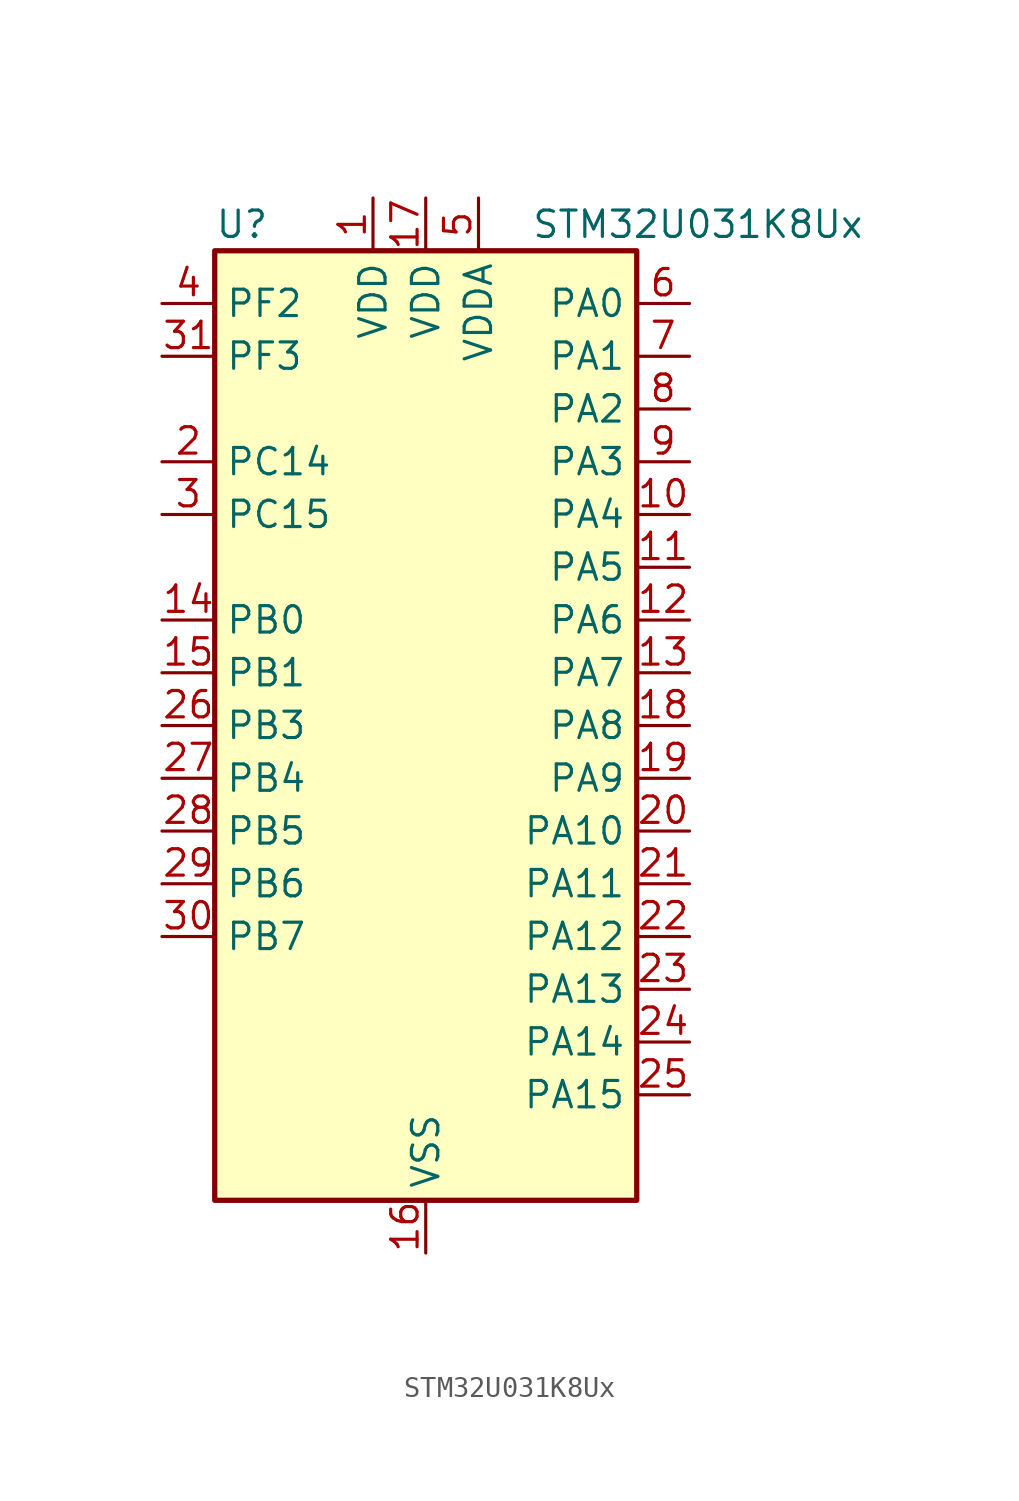
<source format=kicad_sym>
(kicad_symbol_lib
  (version 20231120)
  (generator "kicad_symbol_editor")
  (generator_version "8.99")
  (symbol "STM32U031K8Ux"
    (property "Reference" "U"
      (at -10.16 24.13 0)
      (effects (font (size 1.27 1.27)) (justify left)))
    (property "Value" "STM32U031K8Ux"
      (at 5.08 24.13 0)
      (effects (font (size 1.27 1.27)) (justify left)))
    (property "ki_locked" ""
      (at 0 0 0)
      (effects (font (size 1.27 1.27))))
    (symbol "STM32U031K8Ux_0_1"
      (rectangle (start -10.16 -22.86) (end 10.16 22.86) (stroke (width 0.254) (type default)) (fill (type background))))
    (symbol "STM32U031K8Ux_1_1"
      (pin power_in line (at -2.54 25.4 270) (length 2.54) (name "VDD" (effects (font (size 1.27 1.27)))) (number "1" (effects (font (size 1.27 1.27)))))
      (pin bidirectional line (at 12.7 10.16 180) (length 2.54) (name "PA4" (effects (font (size 1.27 1.27)))) (number "10" (effects (font (size 1.27 1.27)))) (alternate "ADC1_IN8" bidirectional line) (alternate "COMP1_INM" bidirectional line) (alternate "DAC1_OUT1" bidirectional line) (alternate "LPTIM2_CH1" bidirectional line) (alternate "SPI1_NSS" bidirectional line) (alternate "USART2_CK" bidirectional line))
      (pin bidirectional line (at 12.7 7.62 180) (length 2.54) (name "PA5" (effects (font (size 1.27 1.27)))) (number "11" (effects (font (size 1.27 1.27)))) (alternate "ADC1_IN9" bidirectional line) (alternate "COMP1_INM" bidirectional line) (alternate "LPTIM2_ETR" bidirectional line) (alternate "SPI1_SCK" bidirectional line) (alternate "TIM2_CH1" bidirectional line) (alternate "TIM2_ETR" bidirectional line) (alternate "USART3_TX" bidirectional line))
      (pin bidirectional line (at 12.7 5.08 180) (length 2.54) (name "PA6" (effects (font (size 1.27 1.27)))) (number "12" (effects (font (size 1.27 1.27)))) (alternate "ADC1_IN10" bidirectional line) (alternate "COMP1_OUT" bidirectional line) (alternate "I2C2_SDA" bidirectional line) (alternate "I2C3_SDA" bidirectional line) (alternate "LPUART1_CTS" bidirectional line) (alternate "SPI1_MISO" bidirectional line) (alternate "TIM16_CH1" bidirectional line) (alternate "TIM1_BKIN" bidirectional line) (alternate "TIM3_CH1" bidirectional line) (alternate "TSC_G5_IO1" bidirectional line) (alternate "USART3_CTS" bidirectional line))
      (pin bidirectional line (at 12.7 2.54 180) (length 2.54) (name "PA7" (effects (font (size 1.27 1.27)))) (number "13" (effects (font (size 1.27 1.27)))) (alternate "ADC1_IN14" bidirectional line) (alternate "I2C2_SCL" bidirectional line) (alternate "I2C3_SCL" bidirectional line) (alternate "LPTIM2_CH2" bidirectional line) (alternate "SPI1_MOSI" bidirectional line) (alternate "TIM1_CH1N" bidirectional line) (alternate "TIM3_CH2" bidirectional line) (alternate "USART3_RX" bidirectional line))
      (pin bidirectional line (at -12.7 5.08 0) (length 2.54) (name "PB0" (effects (font (size 1.27 1.27)))) (number "14" (effects (font (size 1.27 1.27)))) (alternate "ADC1_IN17" bidirectional line) (alternate "COMP1_OUT" bidirectional line) (alternate "LPUART2_CTS" bidirectional line) (alternate "SPI1_NSS" bidirectional line) (alternate "TIM1_CH2N" bidirectional line) (alternate "TIM3_CH3" bidirectional line) (alternate "TSC_G5_IO2" bidirectional line) (alternate "USART3_CK" bidirectional line))
      (pin bidirectional line (at -12.7 2.54 0) (length 2.54) (name "PB1" (effects (font (size 1.27 1.27)))) (number "15" (effects (font (size 1.27 1.27)))) (alternate "ADC1_IN18" bidirectional line) (alternate "COMP1_INM" bidirectional line) (alternate "LPTIM2_IN1" bidirectional line) (alternate "LPUART1_DE" bidirectional line) (alternate "LPUART1_RTS" bidirectional line) (alternate "LPUART2_DE" bidirectional line) (alternate "LPUART2_RTS" bidirectional line) (alternate "TIM1_CH3N" bidirectional line) (alternate "TIM3_CH4" bidirectional line) (alternate "TSC_SYNC" bidirectional line) (alternate "USART3_DE" bidirectional line) (alternate "USART3_RTS" bidirectional line))
      (pin power_in line (at 0 -25.4 90) (length 2.54) (name "VSS" (effects (font (size 1.27 1.27)))) (number "16" (effects (font (size 1.27 1.27)))))
      (pin power_in line (at 0 25.4 270) (length 2.54) (name "VDD" (effects (font (size 1.27 1.27)))) (number "17" (effects (font (size 1.27 1.27)))))
      (pin bidirectional line (at 12.7 0 180) (length 2.54) (name "PA8" (effects (font (size 1.27 1.27)))) (number "18" (effects (font (size 1.27 1.27)))) (alternate "LPTIM2_CH1" bidirectional line) (alternate "RCC_MCO" bidirectional line) (alternate "RCC_MCO2" bidirectional line) (alternate "TIM1_CH1" bidirectional line) (alternate "TSC_G7_IO1" bidirectional line) (alternate "USART1_CK" bidirectional line))
      (pin bidirectional line (at 12.7 -2.54 180) (length 2.54) (name "PA9" (effects (font (size 1.27 1.27)))) (number "19" (effects (font (size 1.27 1.27)))) (alternate "COMP1_INP" bidirectional line) (alternate "DAC1_EXTI9" bidirectional line) (alternate "I2C1_SCL" bidirectional line) (alternate "I2C2_SCL" bidirectional line) (alternate "RCC_MCO" bidirectional line) (alternate "TIM15_BKIN" bidirectional line) (alternate "TIM1_CH2" bidirectional line) (alternate "TSC_G7_IO2" bidirectional line) (alternate "USART1_TX" bidirectional line))
      (pin bidirectional line (at -12.7 12.7 0) (length 2.54) (name "PC14" (effects (font (size 1.27 1.27)))) (number "2" (effects (font (size 1.27 1.27)))) (alternate "RCC_OSC32_IN" bidirectional line))
      (pin bidirectional line (at 12.7 -5.08 180) (length 2.54) (name "PA10" (effects (font (size 1.27 1.27)))) (number "20" (effects (font (size 1.27 1.27)))) (alternate "I2C1_SDA" bidirectional line) (alternate "I2C2_SDA" bidirectional line) (alternate "RCC_MCO2" bidirectional line) (alternate "SPI2_NSS" bidirectional line) (alternate "TIM1_CH3" bidirectional line) (alternate "TSC_G7_IO3" bidirectional line) (alternate "USART1_RX" bidirectional line))
      (pin bidirectional line (at 12.7 -7.62 180) (length 2.54) (name "PA11" (effects (font (size 1.27 1.27)))) (number "21" (effects (font (size 1.27 1.27)))) (alternate "ADC1_EXTI11" bidirectional line) (alternate "COMP1_OUT" bidirectional line) (alternate "SPI1_MISO" bidirectional line) (alternate "SPI2_MISO" bidirectional line) (alternate "TIM1_BKIN2" bidirectional line) (alternate "TIM1_CH4" bidirectional line) (alternate "USART1_CTS" bidirectional line))
      (pin bidirectional line (at 12.7 -10.16 180) (length 2.54) (name "PA12" (effects (font (size 1.27 1.27)))) (number "22" (effects (font (size 1.27 1.27)))) (alternate "SPI1_MOSI" bidirectional line) (alternate "SPI2_MOSI" bidirectional line) (alternate "TIM1_ETR" bidirectional line) (alternate "USART1_DE" bidirectional line) (alternate "USART1_RTS" bidirectional line))
      (pin bidirectional line (at 12.7 -12.7 180) (length 2.54) (name "PA13" (effects (font (size 1.27 1.27)))) (number "23" (effects (font (size 1.27 1.27)))) (alternate "DEBUG_JTMS-SWDIO" bidirectional line) (alternate "IR_OUT" bidirectional line) (alternate "TSC_G7_IO4" bidirectional line))
      (pin bidirectional line (at 12.7 -15.24 180) (length 2.54) (name "PA14" (effects (font (size 1.27 1.27)))) (number "24" (effects (font (size 1.27 1.27)))) (alternate "DEBUG_JTCK-SWCLK" bidirectional line) (alternate "LPTIM1_CH1" bidirectional line) (alternate "TSC_G3_IO4" bidirectional line))
      (pin bidirectional line (at 12.7 -17.78 180) (length 2.54) (name "PA15" (effects (font (size 1.27 1.27)))) (number "25" (effects (font (size 1.27 1.27)))) (alternate "DEBUG_JTDI" bidirectional line) (alternate "SPI1_NSS" bidirectional line) (alternate "TIM2_CH1" bidirectional line) (alternate "TIM2_ETR" bidirectional line) (alternate "TSC_G3_IO1" bidirectional line) (alternate "USART2_RX" bidirectional line) (alternate "USART3_DE" bidirectional line) (alternate "USART3_RTS" bidirectional line) (alternate "USART4_DE" bidirectional line) (alternate "USART4_RTS" bidirectional line))
      (pin bidirectional line (at -12.7 0 0) (length 2.54) (name "PB3" (effects (font (size 1.27 1.27)))) (number "26" (effects (font (size 1.27 1.27)))) (alternate "DEBUG_JTDO-SWO" bidirectional line) (alternate "I2C2_SCL" bidirectional line) (alternate "I2C3_SCL" bidirectional line) (alternate "LPTIM1_CH3" bidirectional line) (alternate "SPI1_SCK" bidirectional line) (alternate "TIM2_CH2" bidirectional line) (alternate "USART1_DE" bidirectional line) (alternate "USART1_RTS" bidirectional line))
      (pin bidirectional line (at -12.7 -2.54 0) (length 2.54) (name "PB4" (effects (font (size 1.27 1.27)))) (number "27" (effects (font (size 1.27 1.27)))) (alternate "I2C2_SDA" bidirectional line) (alternate "I2C3_SDA" bidirectional line) (alternate "LPTIM1_CH4" bidirectional line) (alternate "SPI1_MISO" bidirectional line) (alternate "TIM3_CH1" bidirectional line) (alternate "TSC_G2_IO1" bidirectional line) (alternate "USART1_CTS" bidirectional line))
      (pin bidirectional line (at -12.7 -5.08 0) (length 2.54) (name "PB5" (effects (font (size 1.27 1.27)))) (number "28" (effects (font (size 1.27 1.27)))) (alternate "LPTIM1_IN1" bidirectional line) (alternate "SPI1_MOSI" bidirectional line) (alternate "TIM16_BKIN" bidirectional line) (alternate "TIM3_CH2" bidirectional line) (alternate "TSC_G2_IO2" bidirectional line) (alternate "USART1_CK" bidirectional line))
      (pin bidirectional line (at -12.7 -7.62 0) (length 2.54) (name "PB6" (effects (font (size 1.27 1.27)))) (number "29" (effects (font (size 1.27 1.27)))) (alternate "I2C1_SCL" bidirectional line) (alternate "I2C2_SCL" bidirectional line) (alternate "LPTIM1_ETR" bidirectional line) (alternate "LPUART2_TX" bidirectional line) (alternate "TIM16_CH1N" bidirectional line) (alternate "TSC_G2_IO3" bidirectional line) (alternate "USART1_TX" bidirectional line))
      (pin bidirectional line (at -12.7 10.16 0) (length 2.54) (name "PC15" (effects (font (size 1.27 1.27)))) (number "3" (effects (font (size 1.27 1.27)))) (alternate "RCC_OSC32_EN" bidirectional line) (alternate "RCC_OSC32_OUT" bidirectional line) (alternate "RCC_OSC_EN" bidirectional line))
      (pin bidirectional line (at -12.7 -10.16 0) (length 2.54) (name "PB7" (effects (font (size 1.27 1.27)))) (number "30" (effects (font (size 1.27 1.27)))) (alternate "I2C1_SDA" bidirectional line) (alternate "I2C2_SDA" bidirectional line) (alternate "LPTIM1_IN2" bidirectional line) (alternate "LPUART2_RX" bidirectional line) (alternate "TSC_G2_IO4" bidirectional line) (alternate "USART1_RX" bidirectional line) (alternate "USART4_CTS" bidirectional line))
      (pin bidirectional line (at -12.7 17.78 0) (length 2.54) (name "PF3" (effects (font (size 1.27 1.27)))) (number "31" (effects (font (size 1.27 1.27)))))
      (pin passive line (at 0 -25.4 90) (length 2.54) hide (name "VSS" (effects (font (size 1.27 1.27)))) (number "32" (effects (font (size 1.27 1.27)))))
      (pin passive line (at 0 -25.4 90) (length 2.54) hide (name "VSS" (effects (font (size 1.27 1.27)))) (number "33" (effects (font (size 1.27 1.27)))))
      (pin bidirectional line (at -12.7 20.32 0) (length 2.54) (name "PF2" (effects (font (size 1.27 1.27)))) (number "4" (effects (font (size 1.27 1.27)))) (alternate "RCC_MCO" bidirectional line))
      (pin power_in line (at 2.54 25.4 270) (length 2.54) (name "VDDA" (effects (font (size 1.27 1.27)))) (number "5" (effects (font (size 1.27 1.27)))))
      (pin bidirectional line (at 12.7 20.32 180) (length 2.54) (name "PA0" (effects (font (size 1.27 1.27)))) (number "6" (effects (font (size 1.27 1.27)))) (alternate "ADC1_IN4" bidirectional line) (alternate "COMP1_INM" bidirectional line) (alternate "COMP1_OUT" bidirectional line) (alternate "OPAMP1_VINP" bidirectional line) (alternate "PWR_WKUP1" bidirectional line) (alternate "TAMP_IN2" bidirectional line) (alternate "TIM2_CH1" bidirectional line) (alternate "TIM2_ETR" bidirectional line) (alternate "USART2_CTS" bidirectional line) (alternate "USART4_TX" bidirectional line))
      (pin bidirectional line (at 12.7 17.78 180) (length 2.54) (name "PA1" (effects (font (size 1.27 1.27)))) (number "7" (effects (font (size 1.27 1.27)))) (alternate "ADC1_IN5" bidirectional line) (alternate "COMP1_INP" bidirectional line) (alternate "LPTIM1_CH2" bidirectional line) (alternate "OPAMP1_VINM" bidirectional line) (alternate "PWR_WKUP3" bidirectional line) (alternate "SPI1_SCK" bidirectional line) (alternate "SPI2_SCK" bidirectional line) (alternate "TAMP_IN5" bidirectional line) (alternate "TIM15_CH1N" bidirectional line) (alternate "TIM2_CH2" bidirectional line) (alternate "USART2_DE" bidirectional line) (alternate "USART2_RTS" bidirectional line) (alternate "USART4_RX" bidirectional line))
      (pin bidirectional line (at 12.7 15.24 180) (length 2.54) (name "PA2" (effects (font (size 1.27 1.27)))) (number "8" (effects (font (size 1.27 1.27)))) (alternate "ADC1_IN6" bidirectional line) (alternate "LPUART1_TX" bidirectional line) (alternate "PWR_WKUP4" bidirectional line) (alternate "RCC_LSCO" bidirectional line) (alternate "TIM15_CH1" bidirectional line) (alternate "TIM2_CH3" bidirectional line) (alternate "USART2_TX" bidirectional line))
      (pin bidirectional line (at 12.7 12.7 180) (length 2.54) (name "PA3" (effects (font (size 1.27 1.27)))) (number "9" (effects (font (size 1.27 1.27)))) (alternate "ADC1_IN7" bidirectional line) (alternate "LPUART1_RX" bidirectional line) (alternate "OPAMP1_VOUT" bidirectional line) (alternate "TIM15_CH2" bidirectional line) (alternate "TIM2_CH4" bidirectional line) (alternate "USART2_RX" bidirectional line)))))
</source>
